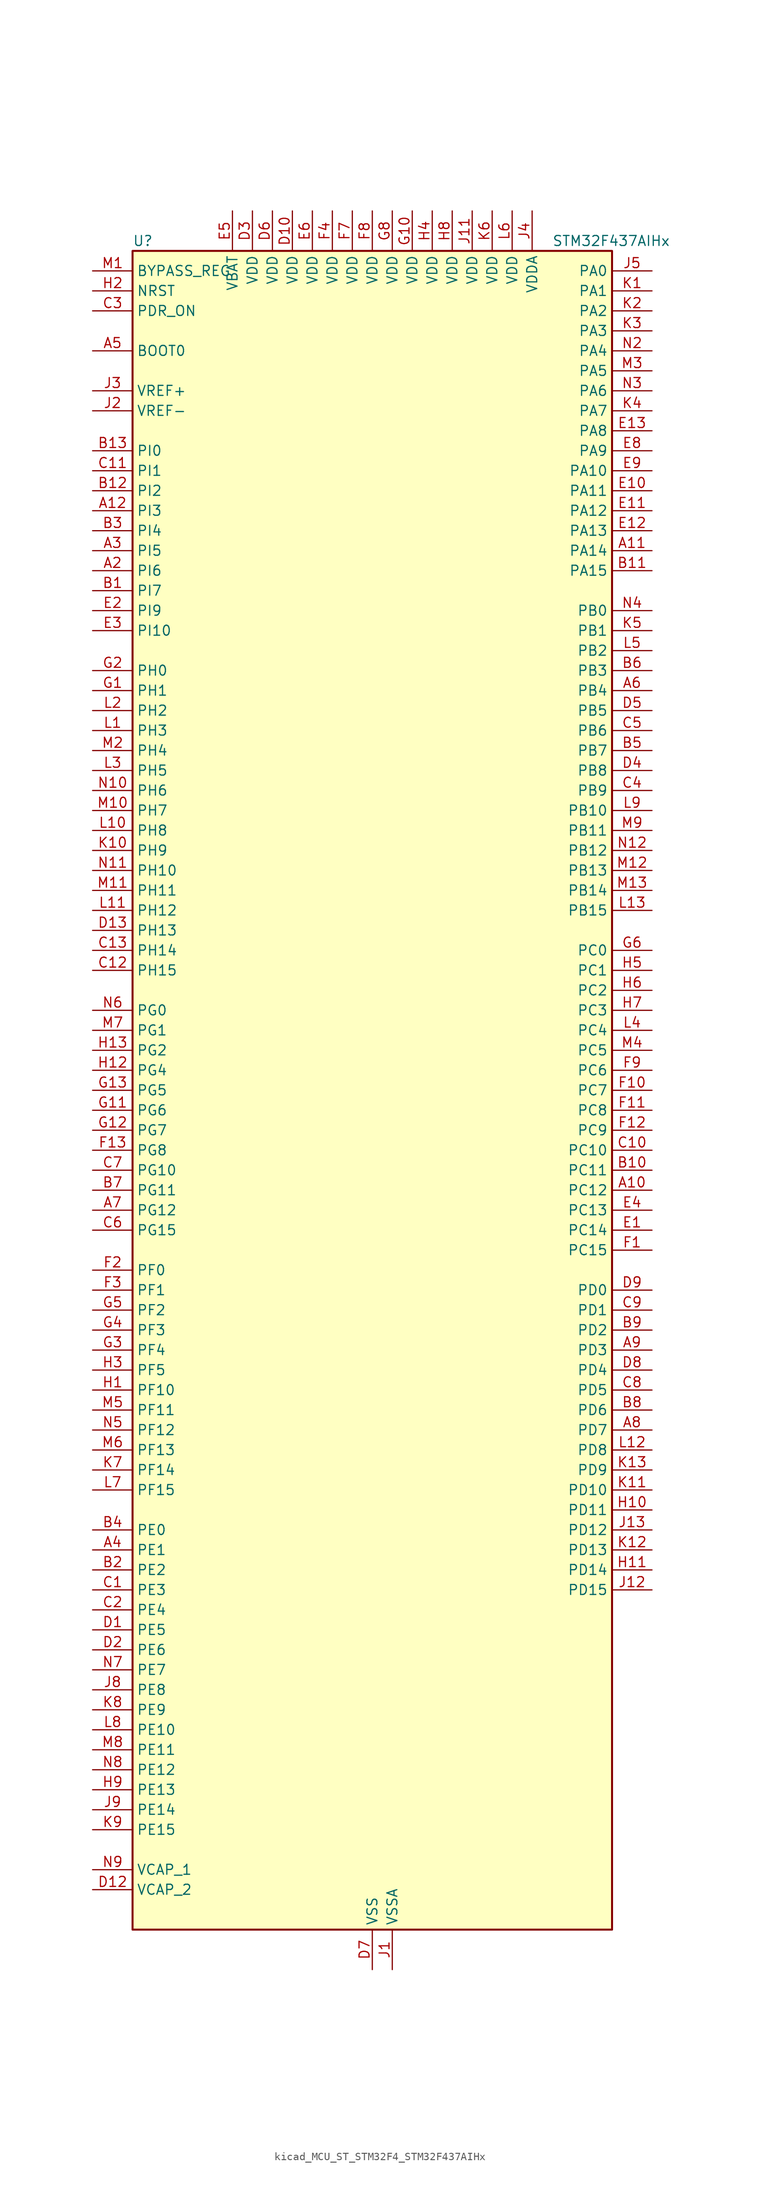
<source format=kicad_sym>
(kicad_symbol_lib
  (version 20220914)
  (generator kicad_symbol_editor)
  (symbol "kicad_MCU_ST_STM32F4_STM32F437AIHx"
    (property "Reference" "U"
      (at -30.48 107.95 0)
      (effects (font (size 1.27 1.27)) (justify left)))
    (property "Value" "STM32F437AIHx"
      (at 22.86 107.95 0)
      (effects (font (size 1.27 1.27)) (justify left)))
    (property "ki_locked" ""
      (at 0 0 0)
      (effects (font (size 1.27 1.27))))
    (symbol "kicad_MCU_ST_STM32F4_STM32F437AIHx_0_1"
      (rectangle (start -30.48 -106.68) (end 30.48 106.68) (stroke (width 0.254) (type default)) (fill (type background))))
    (symbol "kicad_MCU_ST_STM32F4_STM32F437AIHx_1_1"
      (pin no_connect line (at -30.48 -106.68 0) (length 5.08) hide (name "NC" (effects (font (size 1.27 1.27)))) (number "A1" (effects (font (size 1.27 1.27)))))
      (pin bidirectional line (at 35.56 -12.7 180) (length 5.08) (name "PC12" (effects (font (size 1.27 1.27)))) (number "A10" (effects (font (size 1.27 1.27)))) (alternate "DCMI_D9" bidirectional line) (alternate "I2S3_SD" bidirectional line) (alternate "SDIO_CK" bidirectional line) (alternate "SPI3_MOSI" bidirectional line) (alternate "UART5_TX" bidirectional line) (alternate "USART3_CK" bidirectional line))
      (pin bidirectional line (at 35.56 68.58 180) (length 5.08) (name "PA14" (effects (font (size 1.27 1.27)))) (number "A11" (effects (font (size 1.27 1.27)))) (alternate "SYS_JTCK-SWCLK" bidirectional line))
      (pin bidirectional line (at -35.56 73.66 0) (length 5.08) (name "PI3" (effects (font (size 1.27 1.27)))) (number "A12" (effects (font (size 1.27 1.27)))) (alternate "DCMI_D10" bidirectional line) (alternate "FMC_D27" bidirectional line) (alternate "I2S2_SD" bidirectional line) (alternate "SPI2_MOSI" bidirectional line) (alternate "TIM8_ETR" bidirectional line))
      (pin no_connect line (at -30.48 -104.14 0) (length 5.08) hide (name "NC" (effects (font (size 1.27 1.27)))) (number "A13" (effects (font (size 1.27 1.27)))))
      (pin bidirectional line (at -35.56 66.04 0) (length 5.08) (name "PI6" (effects (font (size 1.27 1.27)))) (number "A2" (effects (font (size 1.27 1.27)))) (alternate "DCMI_D6" bidirectional line) (alternate "FMC_D28" bidirectional line) (alternate "TIM8_CH2" bidirectional line))
      (pin bidirectional line (at -35.56 68.58 0) (length 5.08) (name "PI5" (effects (font (size 1.27 1.27)))) (number "A3" (effects (font (size 1.27 1.27)))) (alternate "DCMI_VSYNC" bidirectional line) (alternate "FMC_NBL3" bidirectional line) (alternate "TIM8_CH1" bidirectional line))
      (pin bidirectional line (at -35.56 -58.42 0) (length 5.08) (name "PE1" (effects (font (size 1.27 1.27)))) (number "A4" (effects (font (size 1.27 1.27)))) (alternate "DCMI_D3" bidirectional line) (alternate "FMC_NBL1" bidirectional line) (alternate "UART8_TX" bidirectional line))
      (pin input line (at -35.56 93.98 0) (length 5.08) (name "BOOT0" (effects (font (size 1.27 1.27)))) (number "A5" (effects (font (size 1.27 1.27)))))
      (pin bidirectional line (at 35.56 50.8 180) (length 5.08) (name "PB4" (effects (font (size 1.27 1.27)))) (number "A6" (effects (font (size 1.27 1.27)))) (alternate "I2S3_ext_SD" bidirectional line) (alternate "SPI1_MISO" bidirectional line) (alternate "SPI3_MISO" bidirectional line) (alternate "SYS_JTRST" bidirectional line) (alternate "TIM3_CH1" bidirectional line))
      (pin bidirectional line (at -35.56 -15.24 0) (length 5.08) (name "PG12" (effects (font (size 1.27 1.27)))) (number "A7" (effects (font (size 1.27 1.27)))) (alternate "FMC_NE4" bidirectional line) (alternate "USART6_RTS" bidirectional line))
      (pin bidirectional line (at 35.56 -43.18 180) (length 5.08) (name "PD7" (effects (font (size 1.27 1.27)))) (number "A8" (effects (font (size 1.27 1.27)))) (alternate "FMC_NCE2" bidirectional line) (alternate "FMC_NE1" bidirectional line) (alternate "USART2_CK" bidirectional line))
      (pin bidirectional line (at 35.56 -33.02 180) (length 5.08) (name "PD3" (effects (font (size 1.27 1.27)))) (number "A9" (effects (font (size 1.27 1.27)))) (alternate "DCMI_D5" bidirectional line) (alternate "FMC_CLK" bidirectional line) (alternate "I2S2_CK" bidirectional line) (alternate "SPI2_SCK" bidirectional line) (alternate "USART2_CTS" bidirectional line))
      (pin bidirectional line (at -35.56 63.5 0) (length 5.08) (name "PI7" (effects (font (size 1.27 1.27)))) (number "B1" (effects (font (size 1.27 1.27)))) (alternate "DCMI_D7" bidirectional line) (alternate "FMC_D29" bidirectional line) (alternate "TIM8_CH3" bidirectional line))
      (pin bidirectional line (at 35.56 -10.16 180) (length 5.08) (name "PC11" (effects (font (size 1.27 1.27)))) (number "B10" (effects (font (size 1.27 1.27)))) (alternate "ADC1_EXTI11" bidirectional line) (alternate "ADC2_EXTI11" bidirectional line) (alternate "ADC3_EXTI11" bidirectional line) (alternate "DCMI_D4" bidirectional line) (alternate "I2S3_ext_SD" bidirectional line) (alternate "SDIO_D3" bidirectional line) (alternate "SPI3_MISO" bidirectional line) (alternate "UART4_RX" bidirectional line) (alternate "USART3_RX" bidirectional line))
      (pin bidirectional line (at 35.56 66.04 180) (length 5.08) (name "PA15" (effects (font (size 1.27 1.27)))) (number "B11" (effects (font (size 1.27 1.27)))) (alternate "ADC1_EXTI15" bidirectional line) (alternate "ADC2_EXTI15" bidirectional line) (alternate "ADC3_EXTI15" bidirectional line) (alternate "I2S3_WS" bidirectional line) (alternate "SPI1_NSS" bidirectional line) (alternate "SPI3_NSS" bidirectional line) (alternate "SYS_JTDI" bidirectional line) (alternate "TIM2_CH1" bidirectional line) (alternate "TIM2_ETR" bidirectional line))
      (pin bidirectional line (at -35.56 76.2 0) (length 5.08) (name "PI2" (effects (font (size 1.27 1.27)))) (number "B12" (effects (font (size 1.27 1.27)))) (alternate "DCMI_D9" bidirectional line) (alternate "FMC_D26" bidirectional line) (alternate "I2S2_ext_SD" bidirectional line) (alternate "SPI2_MISO" bidirectional line) (alternate "TIM8_CH4" bidirectional line))
      (pin bidirectional line (at -35.56 81.28 0) (length 5.08) (name "PI0" (effects (font (size 1.27 1.27)))) (number "B13" (effects (font (size 1.27 1.27)))) (alternate "DCMI_D13" bidirectional line) (alternate "FMC_D24" bidirectional line) (alternate "I2S2_WS" bidirectional line) (alternate "SPI2_NSS" bidirectional line) (alternate "TIM5_CH4" bidirectional line))
      (pin bidirectional line (at -35.56 -60.96 0) (length 5.08) (name "PE2" (effects (font (size 1.27 1.27)))) (number "B2" (effects (font (size 1.27 1.27)))) (alternate "ETH_TXD3" bidirectional line) (alternate "FMC_A23" bidirectional line) (alternate "SAI1_MCLK_A" bidirectional line) (alternate "SPI4_SCK" bidirectional line) (alternate "SYS_TRACECLK" bidirectional line))
      (pin bidirectional line (at -35.56 71.12 0) (length 5.08) (name "PI4" (effects (font (size 1.27 1.27)))) (number "B3" (effects (font (size 1.27 1.27)))) (alternate "DCMI_D5" bidirectional line) (alternate "FMC_NBL2" bidirectional line) (alternate "TIM8_BKIN" bidirectional line))
      (pin bidirectional line (at -35.56 -55.88 0) (length 5.08) (name "PE0" (effects (font (size 1.27 1.27)))) (number "B4" (effects (font (size 1.27 1.27)))) (alternate "DCMI_D2" bidirectional line) (alternate "FMC_NBL0" bidirectional line) (alternate "TIM4_ETR" bidirectional line) (alternate "UART8_RX" bidirectional line))
      (pin bidirectional line (at 35.56 43.18 180) (length 5.08) (name "PB7" (effects (font (size 1.27 1.27)))) (number "B5" (effects (font (size 1.27 1.27)))) (alternate "DCMI_VSYNC" bidirectional line) (alternate "FMC_NL" bidirectional line) (alternate "I2C1_SDA" bidirectional line) (alternate "TIM4_CH2" bidirectional line) (alternate "USART1_RX" bidirectional line))
      (pin bidirectional line (at 35.56 53.34 180) (length 5.08) (name "PB3" (effects (font (size 1.27 1.27)))) (number "B6" (effects (font (size 1.27 1.27)))) (alternate "I2S3_CK" bidirectional line) (alternate "SPI1_SCK" bidirectional line) (alternate "SPI3_SCK" bidirectional line) (alternate "SYS_JTDO-SWO" bidirectional line) (alternate "TIM2_CH2" bidirectional line))
      (pin bidirectional line (at -35.56 -12.7 0) (length 5.08) (name "PG11" (effects (font (size 1.27 1.27)))) (number "B7" (effects (font (size 1.27 1.27)))) (alternate "ADC1_EXTI11" bidirectional line) (alternate "ADC2_EXTI11" bidirectional line) (alternate "ADC3_EXTI11" bidirectional line) (alternate "DCMI_D3" bidirectional line) (alternate "ETH_TX_EN" bidirectional line))
      (pin bidirectional line (at 35.56 -40.64 180) (length 5.08) (name "PD6" (effects (font (size 1.27 1.27)))) (number "B8" (effects (font (size 1.27 1.27)))) (alternate "DCMI_D10" bidirectional line) (alternate "FMC_NWAIT" bidirectional line) (alternate "I2S3_SD" bidirectional line) (alternate "SAI1_SD_A" bidirectional line) (alternate "SPI3_MOSI" bidirectional line) (alternate "USART2_RX" bidirectional line))
      (pin bidirectional line (at 35.56 -30.48 180) (length 5.08) (name "PD2" (effects (font (size 1.27 1.27)))) (number "B9" (effects (font (size 1.27 1.27)))) (alternate "DCMI_D11" bidirectional line) (alternate "SDIO_CMD" bidirectional line) (alternate "TIM3_ETR" bidirectional line) (alternate "UART5_RX" bidirectional line))
      (pin bidirectional line (at -35.56 -63.5 0) (length 5.08) (name "PE3" (effects (font (size 1.27 1.27)))) (number "C1" (effects (font (size 1.27 1.27)))) (alternate "FMC_A19" bidirectional line) (alternate "SAI1_SD_B" bidirectional line) (alternate "SYS_TRACED0" bidirectional line))
      (pin bidirectional line (at 35.56 -7.62 180) (length 5.08) (name "PC10" (effects (font (size 1.27 1.27)))) (number "C10" (effects (font (size 1.27 1.27)))) (alternate "DCMI_D8" bidirectional line) (alternate "I2S3_CK" bidirectional line) (alternate "SDIO_D2" bidirectional line) (alternate "SPI3_SCK" bidirectional line) (alternate "UART4_TX" bidirectional line) (alternate "USART3_TX" bidirectional line))
      (pin bidirectional line (at -35.56 78.74 0) (length 5.08) (name "PI1" (effects (font (size 1.27 1.27)))) (number "C11" (effects (font (size 1.27 1.27)))) (alternate "DCMI_D8" bidirectional line) (alternate "FMC_D25" bidirectional line) (alternate "I2S2_CK" bidirectional line) (alternate "SPI2_SCK" bidirectional line))
      (pin bidirectional line (at -35.56 15.24 0) (length 5.08) (name "PH15" (effects (font (size 1.27 1.27)))) (number "C12" (effects (font (size 1.27 1.27)))) (alternate "ADC1_EXTI15" bidirectional line) (alternate "ADC2_EXTI15" bidirectional line) (alternate "ADC3_EXTI15" bidirectional line) (alternate "DCMI_D11" bidirectional line) (alternate "FMC_D23" bidirectional line) (alternate "TIM8_CH3N" bidirectional line))
      (pin bidirectional line (at -35.56 17.78 0) (length 5.08) (name "PH14" (effects (font (size 1.27 1.27)))) (number "C13" (effects (font (size 1.27 1.27)))) (alternate "DCMI_D4" bidirectional line) (alternate "FMC_D22" bidirectional line) (alternate "TIM8_CH2N" bidirectional line))
      (pin bidirectional line (at -35.56 -66.04 0) (length 5.08) (name "PE4" (effects (font (size 1.27 1.27)))) (number "C2" (effects (font (size 1.27 1.27)))) (alternate "DCMI_D4" bidirectional line) (alternate "FMC_A20" bidirectional line) (alternate "SAI1_FS_A" bidirectional line) (alternate "SPI4_NSS" bidirectional line) (alternate "SYS_TRACED1" bidirectional line))
      (pin input line (at -35.56 99.06 0) (length 5.08) (name "PDR_ON" (effects (font (size 1.27 1.27)))) (number "C3" (effects (font (size 1.27 1.27)))))
      (pin bidirectional line (at 35.56 38.1 180) (length 5.08) (name "PB9" (effects (font (size 1.27 1.27)))) (number "C4" (effects (font (size 1.27 1.27)))) (alternate "CAN1_TX" bidirectional line) (alternate "DAC_EXTI9" bidirectional line) (alternate "DCMI_D7" bidirectional line) (alternate "I2C1_SDA" bidirectional line) (alternate "I2S2_WS" bidirectional line) (alternate "SDIO_D5" bidirectional line) (alternate "SPI2_NSS" bidirectional line) (alternate "TIM11_CH1" bidirectional line) (alternate "TIM4_CH4" bidirectional line))
      (pin bidirectional line (at 35.56 45.72 180) (length 5.08) (name "PB6" (effects (font (size 1.27 1.27)))) (number "C5" (effects (font (size 1.27 1.27)))) (alternate "CAN2_TX" bidirectional line) (alternate "DCMI_D5" bidirectional line) (alternate "FMC_SDNE1" bidirectional line) (alternate "I2C1_SCL" bidirectional line) (alternate "TIM4_CH1" bidirectional line) (alternate "USART1_TX" bidirectional line))
      (pin bidirectional line (at -35.56 -17.78 0) (length 5.08) (name "PG15" (effects (font (size 1.27 1.27)))) (number "C6" (effects (font (size 1.27 1.27)))) (alternate "ADC1_EXTI15" bidirectional line) (alternate "ADC2_EXTI15" bidirectional line) (alternate "ADC3_EXTI15" bidirectional line) (alternate "DCMI_D13" bidirectional line) (alternate "FMC_SDNCAS" bidirectional line) (alternate "USART6_CTS" bidirectional line))
      (pin bidirectional line (at -35.56 -10.16 0) (length 5.08) (name "PG10" (effects (font (size 1.27 1.27)))) (number "C7" (effects (font (size 1.27 1.27)))) (alternate "DCMI_D2" bidirectional line) (alternate "FMC_NE3" bidirectional line))
      (pin bidirectional line (at 35.56 -38.1 180) (length 5.08) (name "PD5" (effects (font (size 1.27 1.27)))) (number "C8" (effects (font (size 1.27 1.27)))) (alternate "FMC_NWE" bidirectional line) (alternate "USART2_TX" bidirectional line))
      (pin bidirectional line (at 35.56 -27.94 180) (length 5.08) (name "PD1" (effects (font (size 1.27 1.27)))) (number "C9" (effects (font (size 1.27 1.27)))) (alternate "CAN1_TX" bidirectional line) (alternate "FMC_D3" bidirectional line) (alternate "FMC_DA3" bidirectional line))
      (pin bidirectional line (at -35.56 -68.58 0) (length 5.08) (name "PE5" (effects (font (size 1.27 1.27)))) (number "D1" (effects (font (size 1.27 1.27)))) (alternate "DCMI_D6" bidirectional line) (alternate "FMC_A21" bidirectional line) (alternate "SAI1_SCK_A" bidirectional line) (alternate "SPI4_MISO" bidirectional line) (alternate "SYS_TRACED2" bidirectional line) (alternate "TIM9_CH1" bidirectional line))
      (pin power_in line (at -10.16 111.76 270) (length 5.08) (name "VDD" (effects (font (size 1.27 1.27)))) (number "D10" (effects (font (size 1.27 1.27)))))
      (pin passive line (at 0 -111.76 90) (length 5.08) hide (name "VSS" (effects (font (size 1.27 1.27)))) (number "D11" (effects (font (size 1.27 1.27)))))
      (pin power_out line (at -35.56 -101.6 0) (length 5.08) (name "VCAP_2" (effects (font (size 1.27 1.27)))) (number "D12" (effects (font (size 1.27 1.27)))))
      (pin bidirectional line (at -35.56 20.32 0) (length 5.08) (name "PH13" (effects (font (size 1.27 1.27)))) (number "D13" (effects (font (size 1.27 1.27)))) (alternate "CAN1_TX" bidirectional line) (alternate "FMC_D21" bidirectional line) (alternate "TIM8_CH1N" bidirectional line))
      (pin bidirectional line (at -35.56 -71.12 0) (length 5.08) (name "PE6" (effects (font (size 1.27 1.27)))) (number "D2" (effects (font (size 1.27 1.27)))) (alternate "DCMI_D7" bidirectional line) (alternate "FMC_A22" bidirectional line) (alternate "SAI1_SD_A" bidirectional line) (alternate "SPI4_MOSI" bidirectional line) (alternate "SYS_TRACED3" bidirectional line) (alternate "TIM9_CH2" bidirectional line))
      (pin power_in line (at -15.24 111.76 270) (length 5.08) (name "VDD" (effects (font (size 1.27 1.27)))) (number "D3" (effects (font (size 1.27 1.27)))))
      (pin bidirectional line (at 35.56 40.64 180) (length 5.08) (name "PB8" (effects (font (size 1.27 1.27)))) (number "D4" (effects (font (size 1.27 1.27)))) (alternate "CAN1_RX" bidirectional line) (alternate "DCMI_D6" bidirectional line) (alternate "ETH_TXD3" bidirectional line) (alternate "I2C1_SCL" bidirectional line) (alternate "SDIO_D4" bidirectional line) (alternate "TIM10_CH1" bidirectional line) (alternate "TIM4_CH3" bidirectional line))
      (pin bidirectional line (at 35.56 48.26 180) (length 5.08) (name "PB5" (effects (font (size 1.27 1.27)))) (number "D5" (effects (font (size 1.27 1.27)))) (alternate "CAN2_RX" bidirectional line) (alternate "DCMI_D10" bidirectional line) (alternate "ETH_PPS_OUT" bidirectional line) (alternate "FMC_SDCKE1" bidirectional line) (alternate "I2C1_SMBA" bidirectional line) (alternate "I2S3_SD" bidirectional line) (alternate "SPI1_MOSI" bidirectional line) (alternate "SPI3_MOSI" bidirectional line) (alternate "TIM3_CH2" bidirectional line) (alternate "USB_OTG_HS_ULPI_D7" bidirectional line))
      (pin power_in line (at -12.7 111.76 270) (length 5.08) (name "VDD" (effects (font (size 1.27 1.27)))) (number "D6" (effects (font (size 1.27 1.27)))))
      (pin power_in line (at 0 -111.76 90) (length 5.08) (name "VSS" (effects (font (size 1.27 1.27)))) (number "D7" (effects (font (size 1.27 1.27)))))
      (pin bidirectional line (at 35.56 -35.56 180) (length 5.08) (name "PD4" (effects (font (size 1.27 1.27)))) (number "D8" (effects (font (size 1.27 1.27)))) (alternate "FMC_NOE" bidirectional line) (alternate "USART2_RTS" bidirectional line))
      (pin bidirectional line (at 35.56 -25.4 180) (length 5.08) (name "PD0" (effects (font (size 1.27 1.27)))) (number "D9" (effects (font (size 1.27 1.27)))) (alternate "CAN1_RX" bidirectional line) (alternate "FMC_D2" bidirectional line) (alternate "FMC_DA2" bidirectional line))
      (pin bidirectional line (at 35.56 -17.78 180) (length 5.08) (name "PC14" (effects (font (size 1.27 1.27)))) (number "E1" (effects (font (size 1.27 1.27)))) (alternate "RCC_OSC32_IN" bidirectional line))
      (pin bidirectional line (at 35.56 76.2 180) (length 5.08) (name "PA11" (effects (font (size 1.27 1.27)))) (number "E10" (effects (font (size 1.27 1.27)))) (alternate "ADC1_EXTI11" bidirectional line) (alternate "ADC2_EXTI11" bidirectional line) (alternate "ADC3_EXTI11" bidirectional line) (alternate "CAN1_RX" bidirectional line) (alternate "TIM1_CH4" bidirectional line) (alternate "USART1_CTS" bidirectional line) (alternate "USB_OTG_FS_DM" bidirectional line))
      (pin bidirectional line (at 35.56 73.66 180) (length 5.08) (name "PA12" (effects (font (size 1.27 1.27)))) (number "E11" (effects (font (size 1.27 1.27)))) (alternate "CAN1_TX" bidirectional line) (alternate "TIM1_ETR" bidirectional line) (alternate "USART1_RTS" bidirectional line) (alternate "USB_OTG_FS_DP" bidirectional line))
      (pin bidirectional line (at 35.56 71.12 180) (length 5.08) (name "PA13" (effects (font (size 1.27 1.27)))) (number "E12" (effects (font (size 1.27 1.27)))) (alternate "SYS_JTMS-SWDIO" bidirectional line))
      (pin bidirectional line (at 35.56 83.82 180) (length 5.08) (name "PA8" (effects (font (size 1.27 1.27)))) (number "E13" (effects (font (size 1.27 1.27)))) (alternate "I2C3_SCL" bidirectional line) (alternate "RCC_MCO_1" bidirectional line) (alternate "TIM1_CH1" bidirectional line) (alternate "USART1_CK" bidirectional line) (alternate "USB_OTG_FS_SOF" bidirectional line))
      (pin bidirectional line (at -35.56 60.96 0) (length 5.08) (name "PI9" (effects (font (size 1.27 1.27)))) (number "E2" (effects (font (size 1.27 1.27)))) (alternate "CAN1_RX" bidirectional line) (alternate "DAC_EXTI9" bidirectional line) (alternate "FMC_D30" bidirectional line))
      (pin bidirectional line (at -35.56 58.42 0) (length 5.08) (name "PI10" (effects (font (size 1.27 1.27)))) (number "E3" (effects (font (size 1.27 1.27)))) (alternate "ETH_RX_ER" bidirectional line) (alternate "FMC_D31" bidirectional line))
      (pin bidirectional line (at 35.56 -15.24 180) (length 5.08) (name "PC13" (effects (font (size 1.27 1.27)))) (number "E4" (effects (font (size 1.27 1.27)))) (alternate "RTC_AF1" bidirectional line))
      (pin power_in line (at -17.78 111.76 270) (length 5.08) (name "VBAT" (effects (font (size 1.27 1.27)))) (number "E5" (effects (font (size 1.27 1.27)))))
      (pin power_in line (at -7.62 111.76 270) (length 5.08) (name "VDD" (effects (font (size 1.27 1.27)))) (number "E6" (effects (font (size 1.27 1.27)))))
      (pin passive line (at 0 -111.76 90) (length 5.08) hide (name "VSS" (effects (font (size 1.27 1.27)))) (number "E7" (effects (font (size 1.27 1.27)))))
      (pin bidirectional line (at 35.56 81.28 180) (length 5.08) (name "PA9" (effects (font (size 1.27 1.27)))) (number "E8" (effects (font (size 1.27 1.27)))) (alternate "DAC_EXTI9" bidirectional line) (alternate "DCMI_D0" bidirectional line) (alternate "I2C3_SMBA" bidirectional line) (alternate "TIM1_CH2" bidirectional line) (alternate "USART1_TX" bidirectional line) (alternate "USB_OTG_FS_VBUS" bidirectional line))
      (pin bidirectional line (at 35.56 78.74 180) (length 5.08) (name "PA10" (effects (font (size 1.27 1.27)))) (number "E9" (effects (font (size 1.27 1.27)))) (alternate "DCMI_D1" bidirectional line) (alternate "TIM1_CH3" bidirectional line) (alternate "USART1_RX" bidirectional line) (alternate "USB_OTG_FS_ID" bidirectional line))
      (pin bidirectional line (at 35.56 -20.32 180) (length 5.08) (name "PC15" (effects (font (size 1.27 1.27)))) (number "F1" (effects (font (size 1.27 1.27)))) (alternate "ADC1_EXTI15" bidirectional line) (alternate "ADC2_EXTI15" bidirectional line) (alternate "ADC3_EXTI15" bidirectional line) (alternate "RCC_OSC32_OUT" bidirectional line))
      (pin bidirectional line (at 35.56 0 180) (length 5.08) (name "PC7" (effects (font (size 1.27 1.27)))) (number "F10" (effects (font (size 1.27 1.27)))) (alternate "DCMI_D1" bidirectional line) (alternate "I2S3_MCK" bidirectional line) (alternate "SDIO_D7" bidirectional line) (alternate "TIM3_CH2" bidirectional line) (alternate "TIM8_CH2" bidirectional line) (alternate "USART6_RX" bidirectional line))
      (pin bidirectional line (at 35.56 -2.54 180) (length 5.08) (name "PC8" (effects (font (size 1.27 1.27)))) (number "F11" (effects (font (size 1.27 1.27)))) (alternate "DCMI_D2" bidirectional line) (alternate "SDIO_D0" bidirectional line) (alternate "TIM3_CH3" bidirectional line) (alternate "TIM8_CH3" bidirectional line) (alternate "USART6_CK" bidirectional line))
      (pin bidirectional line (at 35.56 -5.08 180) (length 5.08) (name "PC9" (effects (font (size 1.27 1.27)))) (number "F12" (effects (font (size 1.27 1.27)))) (alternate "DAC_EXTI9" bidirectional line) (alternate "DCMI_D3" bidirectional line) (alternate "I2C3_SDA" bidirectional line) (alternate "I2S_CKIN" bidirectional line) (alternate "RCC_MCO_2" bidirectional line) (alternate "SDIO_D1" bidirectional line) (alternate "TIM3_CH4" bidirectional line) (alternate "TIM8_CH4" bidirectional line))
      (pin bidirectional line (at -35.56 -7.62 0) (length 5.08) (name "PG8" (effects (font (size 1.27 1.27)))) (number "F13" (effects (font (size 1.27 1.27)))) (alternate "ETH_PPS_OUT" bidirectional line) (alternate "FMC_SDCLK" bidirectional line) (alternate "USART6_RTS" bidirectional line))
      (pin bidirectional line (at -35.56 -22.86 0) (length 5.08) (name "PF0" (effects (font (size 1.27 1.27)))) (number "F2" (effects (font (size 1.27 1.27)))) (alternate "FMC_A0" bidirectional line) (alternate "I2C2_SDA" bidirectional line))
      (pin bidirectional line (at -35.56 -25.4 0) (length 5.08) (name "PF1" (effects (font (size 1.27 1.27)))) (number "F3" (effects (font (size 1.27 1.27)))) (alternate "FMC_A1" bidirectional line) (alternate "I2C2_SCL" bidirectional line))
      (pin power_in line (at -5.08 111.76 270) (length 5.08) (name "VDD" (effects (font (size 1.27 1.27)))) (number "F4" (effects (font (size 1.27 1.27)))))
      (pin passive line (at 0 -111.76 90) (length 5.08) hide (name "VSS" (effects (font (size 1.27 1.27)))) (number "F5" (effects (font (size 1.27 1.27)))))
      (pin passive line (at 0 -111.76 90) (length 5.08) hide (name "VSS" (effects (font (size 1.27 1.27)))) (number "F6" (effects (font (size 1.27 1.27)))))
      (pin power_in line (at -2.54 111.76 270) (length 5.08) (name "VDD" (effects (font (size 1.27 1.27)))) (number "F7" (effects (font (size 1.27 1.27)))))
      (pin power_in line (at 0 111.76 270) (length 5.08) (name "VDD" (effects (font (size 1.27 1.27)))) (number "F8" (effects (font (size 1.27 1.27)))))
      (pin bidirectional line (at 35.56 2.54 180) (length 5.08) (name "PC6" (effects (font (size 1.27 1.27)))) (number "F9" (effects (font (size 1.27 1.27)))) (alternate "DCMI_D0" bidirectional line) (alternate "I2S2_MCK" bidirectional line) (alternate "SDIO_D6" bidirectional line) (alternate "TIM3_CH1" bidirectional line) (alternate "TIM8_CH1" bidirectional line) (alternate "USART6_TX" bidirectional line))
      (pin bidirectional line (at -35.56 50.8 0) (length 5.08) (name "PH1" (effects (font (size 1.27 1.27)))) (number "G1" (effects (font (size 1.27 1.27)))) (alternate "RCC_OSC_OUT" bidirectional line))
      (pin power_in line (at 5.08 111.76 270) (length 5.08) (name "VDD" (effects (font (size 1.27 1.27)))) (number "G10" (effects (font (size 1.27 1.27)))))
      (pin bidirectional line (at -35.56 -2.54 0) (length 5.08) (name "PG6" (effects (font (size 1.27 1.27)))) (number "G11" (effects (font (size 1.27 1.27)))) (alternate "DCMI_D12" bidirectional line) (alternate "FMC_INT2" bidirectional line))
      (pin bidirectional line (at -35.56 -5.08 0) (length 5.08) (name "PG7" (effects (font (size 1.27 1.27)))) (number "G12" (effects (font (size 1.27 1.27)))) (alternate "DCMI_D13" bidirectional line) (alternate "USART6_CK" bidirectional line))
      (pin bidirectional line (at -35.56 0 0) (length 5.08) (name "PG5" (effects (font (size 1.27 1.27)))) (number "G13" (effects (font (size 1.27 1.27)))) (alternate "FMC_A15" bidirectional line) (alternate "FMC_BA1" bidirectional line))
      (pin bidirectional line (at -35.56 53.34 0) (length 5.08) (name "PH0" (effects (font (size 1.27 1.27)))) (number "G2" (effects (font (size 1.27 1.27)))) (alternate "RCC_OSC_IN" bidirectional line))
      (pin bidirectional line (at -35.56 -33.02 0) (length 5.08) (name "PF4" (effects (font (size 1.27 1.27)))) (number "G3" (effects (font (size 1.27 1.27)))) (alternate "ADC3_IN14" bidirectional line) (alternate "FMC_A4" bidirectional line))
      (pin bidirectional line (at -35.56 -30.48 0) (length 5.08) (name "PF3" (effects (font (size 1.27 1.27)))) (number "G4" (effects (font (size 1.27 1.27)))) (alternate "ADC3_IN9" bidirectional line) (alternate "FMC_A3" bidirectional line))
      (pin bidirectional line (at -35.56 -27.94 0) (length 5.08) (name "PF2" (effects (font (size 1.27 1.27)))) (number "G5" (effects (font (size 1.27 1.27)))) (alternate "FMC_A2" bidirectional line) (alternate "I2C2_SMBA" bidirectional line))
      (pin bidirectional line (at 35.56 17.78 180) (length 5.08) (name "PC0" (effects (font (size 1.27 1.27)))) (number "G6" (effects (font (size 1.27 1.27)))) (alternate "ADC1_IN10" bidirectional line) (alternate "ADC2_IN10" bidirectional line) (alternate "ADC3_IN10" bidirectional line) (alternate "FMC_SDNWE" bidirectional line) (alternate "USB_OTG_HS_ULPI_STP" bidirectional line))
      (pin passive line (at 0 -111.76 90) (length 5.08) hide (name "VSS" (effects (font (size 1.27 1.27)))) (number "G7" (effects (font (size 1.27 1.27)))))
      (pin power_in line (at 2.54 111.76 270) (length 5.08) (name "VDD" (effects (font (size 1.27 1.27)))) (number "G8" (effects (font (size 1.27 1.27)))))
      (pin passive line (at 0 -111.76 90) (length 5.08) hide (name "VSS" (effects (font (size 1.27 1.27)))) (number "G9" (effects (font (size 1.27 1.27)))))
      (pin bidirectional line (at -35.56 -38.1 0) (length 5.08) (name "PF10" (effects (font (size 1.27 1.27)))) (number "H1" (effects (font (size 1.27 1.27)))) (alternate "ADC3_IN8" bidirectional line) (alternate "DCMI_D11" bidirectional line))
      (pin bidirectional line (at 35.56 -53.34 180) (length 5.08) (name "PD11" (effects (font (size 1.27 1.27)))) (number "H10" (effects (font (size 1.27 1.27)))) (alternate "ADC1_EXTI11" bidirectional line) (alternate "ADC2_EXTI11" bidirectional line) (alternate "ADC3_EXTI11" bidirectional line) (alternate "FMC_A16" bidirectional line) (alternate "FMC_CLE" bidirectional line) (alternate "USART3_CTS" bidirectional line))
      (pin bidirectional line (at 35.56 -60.96 180) (length 5.08) (name "PD14" (effects (font (size 1.27 1.27)))) (number "H11" (effects (font (size 1.27 1.27)))) (alternate "FMC_D0" bidirectional line) (alternate "FMC_DA0" bidirectional line) (alternate "TIM4_CH3" bidirectional line))
      (pin bidirectional line (at -35.56 2.54 0) (length 5.08) (name "PG4" (effects (font (size 1.27 1.27)))) (number "H12" (effects (font (size 1.27 1.27)))) (alternate "FMC_A14" bidirectional line) (alternate "FMC_BA0" bidirectional line))
      (pin bidirectional line (at -35.56 5.08 0) (length 5.08) (name "PG2" (effects (font (size 1.27 1.27)))) (number "H13" (effects (font (size 1.27 1.27)))) (alternate "FMC_A12" bidirectional line))
      (pin input line (at -35.56 101.6 0) (length 5.08) (name "NRST" (effects (font (size 1.27 1.27)))) (number "H2" (effects (font (size 1.27 1.27)))))
      (pin bidirectional line (at -35.56 -35.56 0) (length 5.08) (name "PF5" (effects (font (size 1.27 1.27)))) (number "H3" (effects (font (size 1.27 1.27)))) (alternate "ADC3_IN15" bidirectional line) (alternate "FMC_A5" bidirectional line))
      (pin power_in line (at 7.62 111.76 270) (length 5.08) (name "VDD" (effects (font (size 1.27 1.27)))) (number "H4" (effects (font (size 1.27 1.27)))))
      (pin bidirectional line (at 35.56 15.24 180) (length 5.08) (name "PC1" (effects (font (size 1.27 1.27)))) (number "H5" (effects (font (size 1.27 1.27)))) (alternate "ADC1_IN11" bidirectional line) (alternate "ADC2_IN11" bidirectional line) (alternate "ADC3_IN11" bidirectional line) (alternate "ETH_MDC" bidirectional line))
      (pin bidirectional line (at 35.56 12.7 180) (length 5.08) (name "PC2" (effects (font (size 1.27 1.27)))) (number "H6" (effects (font (size 1.27 1.27)))) (alternate "ADC1_IN12" bidirectional line) (alternate "ADC2_IN12" bidirectional line) (alternate "ADC3_IN12" bidirectional line) (alternate "ETH_TXD2" bidirectional line) (alternate "FMC_SDNE0" bidirectional line) (alternate "I2S2_ext_SD" bidirectional line) (alternate "SPI2_MISO" bidirectional line) (alternate "USB_OTG_HS_ULPI_DIR" bidirectional line))
      (pin bidirectional line (at 35.56 10.16 180) (length 5.08) (name "PC3" (effects (font (size 1.27 1.27)))) (number "H7" (effects (font (size 1.27 1.27)))) (alternate "ADC1_IN13" bidirectional line) (alternate "ADC2_IN13" bidirectional line) (alternate "ADC3_IN13" bidirectional line) (alternate "ETH_TX_CLK" bidirectional line) (alternate "FMC_SDCKE0" bidirectional line) (alternate "I2S2_SD" bidirectional line) (alternate "SPI2_MOSI" bidirectional line) (alternate "USB_OTG_HS_ULPI_NXT" bidirectional line))
      (pin power_in line (at 10.16 111.76 270) (length 5.08) (name "VDD" (effects (font (size 1.27 1.27)))) (number "H8" (effects (font (size 1.27 1.27)))))
      (pin bidirectional line (at -35.56 -88.9 0) (length 5.08) (name "PE13" (effects (font (size 1.27 1.27)))) (number "H9" (effects (font (size 1.27 1.27)))) (alternate "FMC_D10" bidirectional line) (alternate "FMC_DA10" bidirectional line) (alternate "SPI4_MISO" bidirectional line) (alternate "TIM1_CH3" bidirectional line))
      (pin power_in line (at 2.54 -111.76 90) (length 5.08) (name "VSSA" (effects (font (size 1.27 1.27)))) (number "J1" (effects (font (size 1.27 1.27)))))
      (pin passive line (at 0 -111.76 90) (length 5.08) hide (name "VSS" (effects (font (size 1.27 1.27)))) (number "J10" (effects (font (size 1.27 1.27)))))
      (pin power_in line (at 12.7 111.76 270) (length 5.08) (name "VDD" (effects (font (size 1.27 1.27)))) (number "J11" (effects (font (size 1.27 1.27)))))
      (pin bidirectional line (at 35.56 -63.5 180) (length 5.08) (name "PD15" (effects (font (size 1.27 1.27)))) (number "J12" (effects (font (size 1.27 1.27)))) (alternate "ADC1_EXTI15" bidirectional line) (alternate "ADC2_EXTI15" bidirectional line) (alternate "ADC3_EXTI15" bidirectional line) (alternate "FMC_D1" bidirectional line) (alternate "FMC_DA1" bidirectional line) (alternate "TIM4_CH4" bidirectional line))
      (pin bidirectional line (at 35.56 -55.88 180) (length 5.08) (name "PD12" (effects (font (size 1.27 1.27)))) (number "J13" (effects (font (size 1.27 1.27)))) (alternate "FMC_A17" bidirectional line) (alternate "FMC_ALE" bidirectional line) (alternate "TIM4_CH1" bidirectional line) (alternate "USART3_RTS" bidirectional line))
      (pin input line (at -35.56 86.36 0) (length 5.08) (name "VREF-" (effects (font (size 1.27 1.27)))) (number "J2" (effects (font (size 1.27 1.27)))))
      (pin input line (at -35.56 88.9 0) (length 5.08) (name "VREF+" (effects (font (size 1.27 1.27)))) (number "J3" (effects (font (size 1.27 1.27)))))
      (pin power_in line (at 20.32 111.76 270) (length 5.08) (name "VDDA" (effects (font (size 1.27 1.27)))) (number "J4" (effects (font (size 1.27 1.27)))))
      (pin bidirectional line (at 35.56 104.14 180) (length 5.08) (name "PA0" (effects (font (size 1.27 1.27)))) (number "J5" (effects (font (size 1.27 1.27)))) (alternate "ADC1_IN0" bidirectional line) (alternate "ADC2_IN0" bidirectional line) (alternate "ADC3_IN0" bidirectional line) (alternate "ETH_CRS" bidirectional line) (alternate "SYS_WKUP" bidirectional line) (alternate "TIM2_CH1" bidirectional line) (alternate "TIM2_ETR" bidirectional line) (alternate "TIM5_CH1" bidirectional line) (alternate "TIM8_ETR" bidirectional line) (alternate "UART4_TX" bidirectional line) (alternate "USART2_CTS" bidirectional line))
      (pin passive line (at 0 -111.76 90) (length 5.08) hide (name "VSS" (effects (font (size 1.27 1.27)))) (number "J6" (effects (font (size 1.27 1.27)))))
      (pin passive line (at 0 -111.76 90) (length 5.08) hide (name "VSS" (effects (font (size 1.27 1.27)))) (number "J7" (effects (font (size 1.27 1.27)))))
      (pin bidirectional line (at -35.56 -76.2 0) (length 5.08) (name "PE8" (effects (font (size 1.27 1.27)))) (number "J8" (effects (font (size 1.27 1.27)))) (alternate "FMC_D5" bidirectional line) (alternate "FMC_DA5" bidirectional line) (alternate "TIM1_CH1N" bidirectional line) (alternate "UART7_TX" bidirectional line))
      (pin bidirectional line (at -35.56 -91.44 0) (length 5.08) (name "PE14" (effects (font (size 1.27 1.27)))) (number "J9" (effects (font (size 1.27 1.27)))) (alternate "FMC_D11" bidirectional line) (alternate "FMC_DA11" bidirectional line) (alternate "SPI4_MOSI" bidirectional line) (alternate "TIM1_CH4" bidirectional line))
      (pin bidirectional line (at 35.56 101.6 180) (length 5.08) (name "PA1" (effects (font (size 1.27 1.27)))) (number "K1" (effects (font (size 1.27 1.27)))) (alternate "ADC1_IN1" bidirectional line) (alternate "ADC2_IN1" bidirectional line) (alternate "ADC3_IN1" bidirectional line) (alternate "ETH_REF_CLK" bidirectional line) (alternate "ETH_RX_CLK" bidirectional line) (alternate "TIM2_CH2" bidirectional line) (alternate "TIM5_CH2" bidirectional line) (alternate "UART4_RX" bidirectional line) (alternate "USART2_RTS" bidirectional line))
      (pin bidirectional line (at -35.56 30.48 0) (length 5.08) (name "PH9" (effects (font (size 1.27 1.27)))) (number "K10" (effects (font (size 1.27 1.27)))) (alternate "DAC_EXTI9" bidirectional line) (alternate "DCMI_D0" bidirectional line) (alternate "FMC_D17" bidirectional line) (alternate "I2C3_SMBA" bidirectional line) (alternate "TIM12_CH2" bidirectional line))
      (pin bidirectional line (at 35.56 -50.8 180) (length 5.08) (name "PD10" (effects (font (size 1.27 1.27)))) (number "K11" (effects (font (size 1.27 1.27)))) (alternate "FMC_D15" bidirectional line) (alternate "FMC_DA15" bidirectional line) (alternate "USART3_CK" bidirectional line))
      (pin bidirectional line (at 35.56 -58.42 180) (length 5.08) (name "PD13" (effects (font (size 1.27 1.27)))) (number "K12" (effects (font (size 1.27 1.27)))) (alternate "FMC_A18" bidirectional line) (alternate "TIM4_CH2" bidirectional line))
      (pin bidirectional line (at 35.56 -48.26 180) (length 5.08) (name "PD9" (effects (font (size 1.27 1.27)))) (number "K13" (effects (font (size 1.27 1.27)))) (alternate "DAC_EXTI9" bidirectional line) (alternate "FMC_D14" bidirectional line) (alternate "FMC_DA14" bidirectional line) (alternate "USART3_RX" bidirectional line))
      (pin bidirectional line (at 35.56 99.06 180) (length 5.08) (name "PA2" (effects (font (size 1.27 1.27)))) (number "K2" (effects (font (size 1.27 1.27)))) (alternate "ADC1_IN2" bidirectional line) (alternate "ADC2_IN2" bidirectional line) (alternate "ADC3_IN2" bidirectional line) (alternate "ETH_MDIO" bidirectional line) (alternate "TIM2_CH3" bidirectional line) (alternate "TIM5_CH3" bidirectional line) (alternate "TIM9_CH1" bidirectional line) (alternate "USART2_TX" bidirectional line))
      (pin bidirectional line (at 35.56 96.52 180) (length 5.08) (name "PA3" (effects (font (size 1.27 1.27)))) (number "K3" (effects (font (size 1.27 1.27)))) (alternate "ADC1_IN3" bidirectional line) (alternate "ADC2_IN3" bidirectional line) (alternate "ADC3_IN3" bidirectional line) (alternate "ETH_COL" bidirectional line) (alternate "TIM2_CH4" bidirectional line) (alternate "TIM5_CH4" bidirectional line) (alternate "TIM9_CH2" bidirectional line) (alternate "USART2_RX" bidirectional line) (alternate "USB_OTG_HS_ULPI_D0" bidirectional line))
      (pin bidirectional line (at 35.56 86.36 180) (length 5.08) (name "PA7" (effects (font (size 1.27 1.27)))) (number "K4" (effects (font (size 1.27 1.27)))) (alternate "ADC1_IN7" bidirectional line) (alternate "ADC2_IN7" bidirectional line) (alternate "ETH_CRS_DV" bidirectional line) (alternate "ETH_RX_DV" bidirectional line) (alternate "SPI1_MOSI" bidirectional line) (alternate "TIM14_CH1" bidirectional line) (alternate "TIM1_CH1N" bidirectional line) (alternate "TIM3_CH2" bidirectional line) (alternate "TIM8_CH1N" bidirectional line))
      (pin bidirectional line (at 35.56 58.42 180) (length 5.08) (name "PB1" (effects (font (size 1.27 1.27)))) (number "K5" (effects (font (size 1.27 1.27)))) (alternate "ADC1_IN9" bidirectional line) (alternate "ADC2_IN9" bidirectional line) (alternate "ETH_RXD3" bidirectional line) (alternate "TIM1_CH3N" bidirectional line) (alternate "TIM3_CH4" bidirectional line) (alternate "TIM8_CH3N" bidirectional line) (alternate "USB_OTG_HS_ULPI_D2" bidirectional line))
      (pin power_in line (at 15.24 111.76 270) (length 5.08) (name "VDD" (effects (font (size 1.27 1.27)))) (number "K6" (effects (font (size 1.27 1.27)))))
      (pin bidirectional line (at -35.56 -48.26 0) (length 5.08) (name "PF14" (effects (font (size 1.27 1.27)))) (number "K7" (effects (font (size 1.27 1.27)))) (alternate "FMC_A8" bidirectional line))
      (pin bidirectional line (at -35.56 -78.74 0) (length 5.08) (name "PE9" (effects (font (size 1.27 1.27)))) (number "K8" (effects (font (size 1.27 1.27)))) (alternate "DAC_EXTI9" bidirectional line) (alternate "FMC_D6" bidirectional line) (alternate "FMC_DA6" bidirectional line) (alternate "TIM1_CH1" bidirectional line))
      (pin bidirectional line (at -35.56 -93.98 0) (length 5.08) (name "PE15" (effects (font (size 1.27 1.27)))) (number "K9" (effects (font (size 1.27 1.27)))) (alternate "ADC1_EXTI15" bidirectional line) (alternate "ADC2_EXTI15" bidirectional line) (alternate "ADC3_EXTI15" bidirectional line) (alternate "FMC_D12" bidirectional line) (alternate "FMC_DA12" bidirectional line) (alternate "TIM1_BKIN" bidirectional line))
      (pin bidirectional line (at -35.56 45.72 0) (length 5.08) (name "PH3" (effects (font (size 1.27 1.27)))) (number "L1" (effects (font (size 1.27 1.27)))) (alternate "ETH_COL" bidirectional line) (alternate "FMC_SDNE0" bidirectional line))
      (pin bidirectional line (at -35.56 33.02 0) (length 5.08) (name "PH8" (effects (font (size 1.27 1.27)))) (number "L10" (effects (font (size 1.27 1.27)))) (alternate "DCMI_HSYNC" bidirectional line) (alternate "FMC_D16" bidirectional line) (alternate "I2C3_SDA" bidirectional line))
      (pin bidirectional line (at -35.56 22.86 0) (length 5.08) (name "PH12" (effects (font (size 1.27 1.27)))) (number "L11" (effects (font (size 1.27 1.27)))) (alternate "DCMI_D3" bidirectional line) (alternate "FMC_D20" bidirectional line) (alternate "TIM5_CH3" bidirectional line))
      (pin bidirectional line (at 35.56 -45.72 180) (length 5.08) (name "PD8" (effects (font (size 1.27 1.27)))) (number "L12" (effects (font (size 1.27 1.27)))) (alternate "FMC_D13" bidirectional line) (alternate "FMC_DA13" bidirectional line) (alternate "USART3_TX" bidirectional line))
      (pin bidirectional line (at 35.56 22.86 180) (length 5.08) (name "PB15" (effects (font (size 1.27 1.27)))) (number "L13" (effects (font (size 1.27 1.27)))) (alternate "ADC1_EXTI15" bidirectional line) (alternate "ADC2_EXTI15" bidirectional line) (alternate "ADC3_EXTI15" bidirectional line) (alternate "I2S2_SD" bidirectional line) (alternate "RTC_REFIN" bidirectional line) (alternate "SPI2_MOSI" bidirectional line) (alternate "TIM12_CH2" bidirectional line) (alternate "TIM1_CH3N" bidirectional line) (alternate "TIM8_CH3N" bidirectional line) (alternate "USB_OTG_HS_DP" bidirectional line))
      (pin bidirectional line (at -35.56 48.26 0) (length 5.08) (name "PH2" (effects (font (size 1.27 1.27)))) (number "L2" (effects (font (size 1.27 1.27)))) (alternate "ETH_CRS" bidirectional line) (alternate "FMC_SDCKE0" bidirectional line))
      (pin bidirectional line (at -35.56 40.64 0) (length 5.08) (name "PH5" (effects (font (size 1.27 1.27)))) (number "L3" (effects (font (size 1.27 1.27)))) (alternate "FMC_SDNWE" bidirectional line) (alternate "I2C2_SDA" bidirectional line) (alternate "SPI5_NSS" bidirectional line))
      (pin bidirectional line (at 35.56 7.62 180) (length 5.08) (name "PC4" (effects (font (size 1.27 1.27)))) (number "L4" (effects (font (size 1.27 1.27)))) (alternate "ADC1_IN14" bidirectional line) (alternate "ADC2_IN14" bidirectional line) (alternate "ETH_RXD0" bidirectional line))
      (pin bidirectional line (at 35.56 55.88 180) (length 5.08) (name "PB2" (effects (font (size 1.27 1.27)))) (number "L5" (effects (font (size 1.27 1.27)))))
      (pin power_in line (at 17.78 111.76 270) (length 5.08) (name "VDD" (effects (font (size 1.27 1.27)))) (number "L6" (effects (font (size 1.27 1.27)))))
      (pin bidirectional line (at -35.56 -50.8 0) (length 5.08) (name "PF15" (effects (font (size 1.27 1.27)))) (number "L7" (effects (font (size 1.27 1.27)))) (alternate "ADC1_EXTI15" bidirectional line) (alternate "ADC2_EXTI15" bidirectional line) (alternate "ADC3_EXTI15" bidirectional line) (alternate "FMC_A9" bidirectional line))
      (pin bidirectional line (at -35.56 -81.28 0) (length 5.08) (name "PE10" (effects (font (size 1.27 1.27)))) (number "L8" (effects (font (size 1.27 1.27)))) (alternate "FMC_D7" bidirectional line) (alternate "FMC_DA7" bidirectional line) (alternate "TIM1_CH2N" bidirectional line))
      (pin bidirectional line (at 35.56 35.56 180) (length 5.08) (name "PB10" (effects (font (size 1.27 1.27)))) (number "L9" (effects (font (size 1.27 1.27)))) (alternate "ETH_RX_ER" bidirectional line) (alternate "I2C2_SCL" bidirectional line) (alternate "I2S2_CK" bidirectional line) (alternate "SPI2_SCK" bidirectional line) (alternate "TIM2_CH3" bidirectional line) (alternate "USART3_TX" bidirectional line) (alternate "USB_OTG_HS_ULPI_D3" bidirectional line))
      (pin input line (at -35.56 104.14 0) (length 5.08) (name "BYPASS_REG" (effects (font (size 1.27 1.27)))) (number "M1" (effects (font (size 1.27 1.27)))))
      (pin bidirectional line (at -35.56 35.56 0) (length 5.08) (name "PH7" (effects (font (size 1.27 1.27)))) (number "M10" (effects (font (size 1.27 1.27)))) (alternate "DCMI_D9" bidirectional line) (alternate "ETH_RXD3" bidirectional line) (alternate "FMC_SDCKE1" bidirectional line) (alternate "I2C3_SCL" bidirectional line) (alternate "SPI5_MISO" bidirectional line))
      (pin bidirectional line (at -35.56 25.4 0) (length 5.08) (name "PH11" (effects (font (size 1.27 1.27)))) (number "M11" (effects (font (size 1.27 1.27)))) (alternate "ADC1_EXTI11" bidirectional line) (alternate "ADC2_EXTI11" bidirectional line) (alternate "ADC3_EXTI11" bidirectional line) (alternate "DCMI_D2" bidirectional line) (alternate "FMC_D19" bidirectional line) (alternate "TIM5_CH2" bidirectional line))
      (pin bidirectional line (at 35.56 27.94 180) (length 5.08) (name "PB13" (effects (font (size 1.27 1.27)))) (number "M12" (effects (font (size 1.27 1.27)))) (alternate "CAN2_TX" bidirectional line) (alternate "ETH_TXD1" bidirectional line) (alternate "I2S2_CK" bidirectional line) (alternate "SPI2_SCK" bidirectional line) (alternate "TIM1_CH1N" bidirectional line) (alternate "USART3_CTS" bidirectional line) (alternate "USB_OTG_HS_ULPI_D6" bidirectional line) (alternate "USB_OTG_HS_VBUS" bidirectional line))
      (pin bidirectional line (at 35.56 25.4 180) (length 5.08) (name "PB14" (effects (font (size 1.27 1.27)))) (number "M13" (effects (font (size 1.27 1.27)))) (alternate "I2S2_ext_SD" bidirectional line) (alternate "SPI2_MISO" bidirectional line) (alternate "TIM12_CH1" bidirectional line) (alternate "TIM1_CH2N" bidirectional line) (alternate "TIM8_CH2N" bidirectional line) (alternate "USART3_RTS" bidirectional line) (alternate "USB_OTG_HS_DM" bidirectional line))
      (pin bidirectional line (at -35.56 43.18 0) (length 5.08) (name "PH4" (effects (font (size 1.27 1.27)))) (number "M2" (effects (font (size 1.27 1.27)))) (alternate "I2C2_SCL" bidirectional line) (alternate "USB_OTG_HS_ULPI_NXT" bidirectional line))
      (pin bidirectional line (at 35.56 91.44 180) (length 5.08) (name "PA5" (effects (font (size 1.27 1.27)))) (number "M3" (effects (font (size 1.27 1.27)))) (alternate "ADC1_IN5" bidirectional line) (alternate "ADC2_IN5" bidirectional line) (alternate "DAC_OUT2" bidirectional line) (alternate "SPI1_SCK" bidirectional line) (alternate "TIM2_CH1" bidirectional line) (alternate "TIM2_ETR" bidirectional line) (alternate "TIM8_CH1N" bidirectional line) (alternate "USB_OTG_HS_ULPI_CK" bidirectional line))
      (pin bidirectional line (at 35.56 5.08 180) (length 5.08) (name "PC5" (effects (font (size 1.27 1.27)))) (number "M4" (effects (font (size 1.27 1.27)))) (alternate "ADC1_IN15" bidirectional line) (alternate "ADC2_IN15" bidirectional line) (alternate "ETH_RXD1" bidirectional line))
      (pin bidirectional line (at -35.56 -40.64 0) (length 5.08) (name "PF11" (effects (font (size 1.27 1.27)))) (number "M5" (effects (font (size 1.27 1.27)))) (alternate "ADC1_EXTI11" bidirectional line) (alternate "ADC2_EXTI11" bidirectional line) (alternate "ADC3_EXTI11" bidirectional line) (alternate "DCMI_D12" bidirectional line) (alternate "FMC_SDNRAS" bidirectional line) (alternate "SPI5_MOSI" bidirectional line))
      (pin bidirectional line (at -35.56 -45.72 0) (length 5.08) (name "PF13" (effects (font (size 1.27 1.27)))) (number "M6" (effects (font (size 1.27 1.27)))) (alternate "FMC_A7" bidirectional line))
      (pin bidirectional line (at -35.56 7.62 0) (length 5.08) (name "PG1" (effects (font (size 1.27 1.27)))) (number "M7" (effects (font (size 1.27 1.27)))) (alternate "FMC_A11" bidirectional line))
      (pin bidirectional line (at -35.56 -83.82 0) (length 5.08) (name "PE11" (effects (font (size 1.27 1.27)))) (number "M8" (effects (font (size 1.27 1.27)))) (alternate "ADC1_EXTI11" bidirectional line) (alternate "ADC2_EXTI11" bidirectional line) (alternate "ADC3_EXTI11" bidirectional line) (alternate "FMC_D8" bidirectional line) (alternate "FMC_DA8" bidirectional line) (alternate "SPI4_NSS" bidirectional line) (alternate "TIM1_CH2" bidirectional line))
      (pin bidirectional line (at 35.56 33.02 180) (length 5.08) (name "PB11" (effects (font (size 1.27 1.27)))) (number "M9" (effects (font (size 1.27 1.27)))) (alternate "ADC1_EXTI11" bidirectional line) (alternate "ADC2_EXTI11" bidirectional line) (alternate "ADC3_EXTI11" bidirectional line) (alternate "ETH_TX_EN" bidirectional line) (alternate "I2C2_SDA" bidirectional line) (alternate "TIM2_CH4" bidirectional line) (alternate "USART3_RX" bidirectional line) (alternate "USB_OTG_HS_ULPI_D4" bidirectional line))
      (pin no_connect line (at -30.48 -101.6 0) (length 5.08) hide (name "NC" (effects (font (size 1.27 1.27)))) (number "N1" (effects (font (size 1.27 1.27)))))
      (pin bidirectional line (at -35.56 38.1 0) (length 5.08) (name "PH6" (effects (font (size 1.27 1.27)))) (number "N10" (effects (font (size 1.27 1.27)))) (alternate "DCMI_D8" bidirectional line) (alternate "ETH_RXD2" bidirectional line) (alternate "FMC_SDNE1" bidirectional line) (alternate "I2C2_SMBA" bidirectional line) (alternate "SPI5_SCK" bidirectional line) (alternate "TIM12_CH1" bidirectional line))
      (pin bidirectional line (at -35.56 27.94 0) (length 5.08) (name "PH10" (effects (font (size 1.27 1.27)))) (number "N11" (effects (font (size 1.27 1.27)))) (alternate "DCMI_D1" bidirectional line) (alternate "FMC_D18" bidirectional line) (alternate "TIM5_CH1" bidirectional line))
      (pin bidirectional line (at 35.56 30.48 180) (length 5.08) (name "PB12" (effects (font (size 1.27 1.27)))) (number "N12" (effects (font (size 1.27 1.27)))) (alternate "CAN2_RX" bidirectional line) (alternate "ETH_TXD0" bidirectional line) (alternate "I2C2_SMBA" bidirectional line) (alternate "I2S2_WS" bidirectional line) (alternate "SPI2_NSS" bidirectional line) (alternate "TIM1_BKIN" bidirectional line) (alternate "USART3_CK" bidirectional line) (alternate "USB_OTG_HS_ID" bidirectional line) (alternate "USB_OTG_HS_ULPI_D5" bidirectional line))
      (pin no_connect line (at -30.48 -99.06 0) (length 5.08) hide (name "NC" (effects (font (size 1.27 1.27)))) (number "N13" (effects (font (size 1.27 1.27)))))
      (pin bidirectional line (at 35.56 93.98 180) (length 5.08) (name "PA4" (effects (font (size 1.27 1.27)))) (number "N2" (effects (font (size 1.27 1.27)))) (alternate "ADC1_IN4" bidirectional line) (alternate "ADC2_IN4" bidirectional line) (alternate "DAC_OUT1" bidirectional line) (alternate "DCMI_HSYNC" bidirectional line) (alternate "I2S3_WS" bidirectional line) (alternate "SPI1_NSS" bidirectional line) (alternate "SPI3_NSS" bidirectional line) (alternate "USART2_CK" bidirectional line) (alternate "USB_OTG_HS_SOF" bidirectional line))
      (pin bidirectional line (at 35.56 88.9 180) (length 5.08) (name "PA6" (effects (font (size 1.27 1.27)))) (number "N3" (effects (font (size 1.27 1.27)))) (alternate "ADC1_IN6" bidirectional line) (alternate "ADC2_IN6" bidirectional line) (alternate "DCMI_PIXCLK" bidirectional line) (alternate "SPI1_MISO" bidirectional line) (alternate "TIM13_CH1" bidirectional line) (alternate "TIM1_BKIN" bidirectional line) (alternate "TIM3_CH1" bidirectional line) (alternate "TIM8_BKIN" bidirectional line))
      (pin bidirectional line (at 35.56 60.96 180) (length 5.08) (name "PB0" (effects (font (size 1.27 1.27)))) (number "N4" (effects (font (size 1.27 1.27)))) (alternate "ADC1_IN8" bidirectional line) (alternate "ADC2_IN8" bidirectional line) (alternate "ETH_RXD2" bidirectional line) (alternate "TIM1_CH2N" bidirectional line) (alternate "TIM3_CH3" bidirectional line) (alternate "TIM8_CH2N" bidirectional line) (alternate "USB_OTG_HS_ULPI_D1" bidirectional line))
      (pin bidirectional line (at -35.56 -43.18 0) (length 5.08) (name "PF12" (effects (font (size 1.27 1.27)))) (number "N5" (effects (font (size 1.27 1.27)))) (alternate "FMC_A6" bidirectional line))
      (pin bidirectional line (at -35.56 10.16 0) (length 5.08) (name "PG0" (effects (font (size 1.27 1.27)))) (number "N6" (effects (font (size 1.27 1.27)))) (alternate "FMC_A10" bidirectional line))
      (pin bidirectional line (at -35.56 -73.66 0) (length 5.08) (name "PE7" (effects (font (size 1.27 1.27)))) (number "N7" (effects (font (size 1.27 1.27)))) (alternate "FMC_D4" bidirectional line) (alternate "FMC_DA4" bidirectional line) (alternate "TIM1_ETR" bidirectional line) (alternate "UART7_RX" bidirectional line))
      (pin bidirectional line (at -35.56 -86.36 0) (length 5.08) (name "PE12" (effects (font (size 1.27 1.27)))) (number "N8" (effects (font (size 1.27 1.27)))) (alternate "FMC_D9" bidirectional line) (alternate "FMC_DA9" bidirectional line) (alternate "SPI4_SCK" bidirectional line) (alternate "TIM1_CH3N" bidirectional line))
      (pin power_out line (at -35.56 -99.06 0) (length 5.08) (name "VCAP_1" (effects (font (size 1.27 1.27)))) (number "N9" (effects (font (size 1.27 1.27))))))))
</source>
